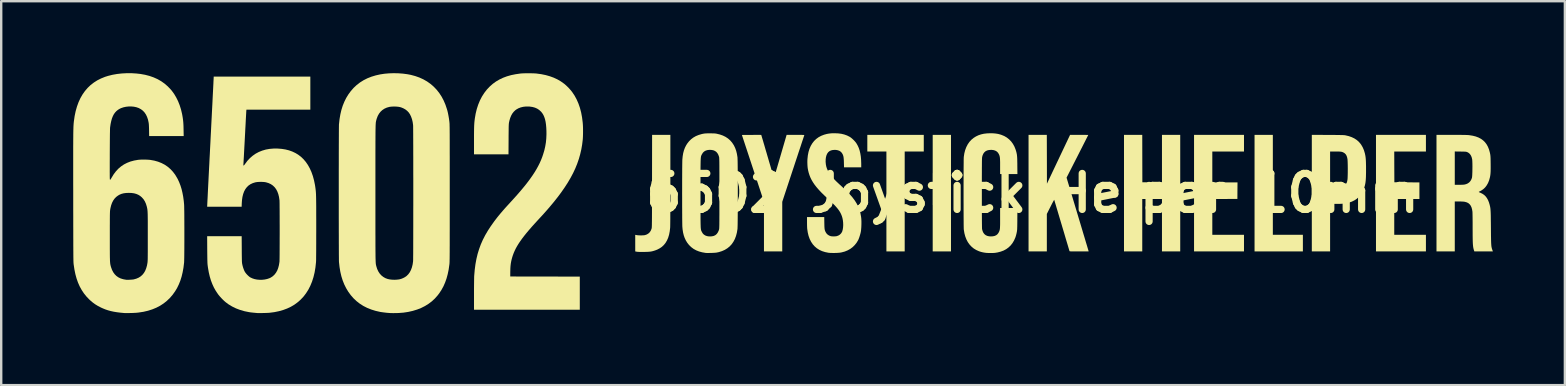
<source format=kicad_pcb>
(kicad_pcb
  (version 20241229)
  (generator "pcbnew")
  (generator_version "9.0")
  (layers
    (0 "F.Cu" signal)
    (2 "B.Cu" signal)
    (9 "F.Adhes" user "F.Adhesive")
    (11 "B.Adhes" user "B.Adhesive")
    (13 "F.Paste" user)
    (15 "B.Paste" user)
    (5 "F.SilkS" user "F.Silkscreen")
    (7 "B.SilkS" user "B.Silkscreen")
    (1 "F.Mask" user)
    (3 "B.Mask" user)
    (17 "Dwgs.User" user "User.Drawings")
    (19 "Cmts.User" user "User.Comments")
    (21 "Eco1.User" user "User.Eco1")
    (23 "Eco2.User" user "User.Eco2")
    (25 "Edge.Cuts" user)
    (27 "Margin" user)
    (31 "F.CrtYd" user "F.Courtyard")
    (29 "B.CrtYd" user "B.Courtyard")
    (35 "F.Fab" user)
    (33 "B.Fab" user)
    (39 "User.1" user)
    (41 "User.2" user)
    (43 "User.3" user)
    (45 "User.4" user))
  (footprint "6502 Joystick Helper 10mm"
    (layer "F.Cu")
    (at 39.973 4.998)
    (property "Reference" "6502 Joystick Helper 10mm" (at 0 0 0) (layer "F.SilkS") (effects (font (size 1.5 1.5) (thickness 0.3))))
    (attr board_only exclude_from_pos_files exclude_from_bom)
    (fp_poly (pts (xy -3.397 0) (xy -3.397 2.428) (xy -3.778 2.428) (xy -4.159 2.428) (xy -4.159 0) (xy -4.159 -2.428) (xy -3.778 -2.428) (xy -3.397 -2.428)) (stroke (width 0) (type solid)) (fill yes) (layer "F.SilkS"))
    (fp_poly (pts (xy 10.014 -0.347) (xy 10.014 1.735) (xy 10.64 1.735) (xy 11.266 1.735) (xy 11.266 2.081) (xy 11.266 2.428) (xy 10.259 2.428) (xy 9.252 2.428) (xy 9.252 0) (xy 9.252 -2.428) (xy 9.633 -2.428) (xy 10.014 -2.428)) (stroke (width 0) (type solid)) (fill yes) (layer "F.SilkS"))
    (fp_poly (pts (xy -4.531 -2.081) (xy -4.531 -1.735) (xy -4.929 -1.735) (xy -5.326 -1.735) (xy -5.326 0.347) (xy -5.326 2.428) (xy -5.707 2.428) (xy -6.088 2.428) (xy -6.088 0.347) (xy -6.088 -1.735) (xy -6.485 -1.735) (xy -6.883 -1.735) (xy -6.883 -2.081) (xy -6.883 -2.428) (xy -5.707 -2.428) (xy -4.531 -2.428)) (stroke (width 0) (type solid)) (fill yes) (layer "F.SilkS"))
    (fp_poly (pts (xy 4.575 -1.44) (xy 4.577 -0.453) (xy 4.986 -0.45) (xy 5.394 -0.448) (xy 5.394 -1.438) (xy 5.394 -2.428) (xy 5.775 -2.428) (xy 6.155 -2.428) (xy 6.155 0) (xy 6.155 2.428) (xy 5.775 2.428) (xy 5.394 2.428) (xy 5.394 1.337) (xy 5.394 0.245) (xy 4.984 0.245) (xy 4.573 0.245) (xy 4.573 1.337) (xy 4.573 2.428) (xy 4.192 2.428) (xy 3.812 2.428) (xy 3.812 0) (xy 3.812 -2.428) (xy 4.192 -2.428) (xy 4.573 -2.428)) (stroke (width 0) (type solid)) (fill yes) (layer "F.SilkS"))
    (fp_poly (pts (xy 8.812 -2.081) (xy 8.812 -1.735) (xy 8.152 -1.735) (xy 7.492 -1.735) (xy 7.492 -1.091) (xy 7.492 -0.448) (xy 8.017 -0.448) (xy 8.542 -0.448) (xy 8.539 -0.104) (xy 8.537 0.241) (xy 8.015 0.243) (xy 7.492 0.245) (xy 7.492 0.99) (xy 7.492 1.735) (xy 8.152 1.735) (xy 8.812 1.735) (xy 8.812 2.081) (xy 8.812 2.428) (xy 7.771 2.428) (xy 6.731 2.428) (xy 6.731 0) (xy 6.731 -2.428) (xy 7.771 -2.428) (xy 8.812 -2.428)) (stroke (width 0) (type solid)) (fill yes) (layer "F.SilkS"))
    (fp_poly (pts (xy 16.393 -2.081) (xy 16.393 -1.735) (xy 15.733 -1.735) (xy 15.073 -1.735) (xy 15.075 -1.094) (xy 15.078 -0.453) (xy 15.6 -0.45) (xy 16.122 -0.448) (xy 16.122 -0.101) (xy 16.122 0.245) (xy 15.598 0.245) (xy 15.073 0.245) (xy 15.073 0.99) (xy 15.073 1.735) (xy 15.733 1.735) (xy 16.393 1.735) (xy 16.393 2.081) (xy 16.393 2.428) (xy 15.353 2.428) (xy 14.312 2.428) (xy 14.312 0) (xy 14.312 -2.428) (xy 15.353 -2.428) (xy 16.393 -2.428)) (stroke (width 0) (type solid)) (fill yes) (layer "F.SilkS"))
    (fp_poly (pts (xy -9.785 -2.428) (xy -9.711 -2.428) (xy -9.651 -2.428) (xy -9.603 -2.427) (xy -9.567 -2.426) (xy -9.541 -2.425) (xy -9.523 -2.423) (xy -9.513 -2.421) (xy -9.509 -2.418) (xy -9.509 -2.416) (xy -9.512 -2.407) (xy -9.52 -2.382) (xy -9.533 -2.344) (xy -9.55 -2.291) (xy -9.572 -2.226) (xy -9.598 -2.149) (xy -9.627 -2.061) (xy -9.659 -1.962) (xy -9.695 -1.854) (xy -9.734 -1.738) (xy -9.775 -1.614) (xy -9.818 -1.482) (xy -9.864 -1.345) (xy -9.911 -1.202) (xy -9.959 -1.055) (xy -9.971 -1.021) (xy -10.428 0.362) (xy -10.428 1.395) (xy -10.428 2.428) (xy -10.809 2.428) (xy -11.19 2.428) (xy -11.19 1.394) (xy -11.19 0.359) (xy -11.65 -1.033) (xy -12.109 -2.424) (xy -11.707 -2.426) (xy -11.627 -2.427) (xy -11.551 -2.427) (xy -11.483 -2.427) (xy -11.423 -2.427) (xy -11.373 -2.427) (xy -11.336 -2.427) (xy -11.311 -2.426) (xy -11.303 -2.426) (xy -11.303 -2.426) (xy -11.3 -2.417) (xy -11.293 -2.394) (xy -11.282 -2.356) (xy -11.267 -2.305) (xy -11.248 -2.242) (xy -11.226 -2.169) (xy -11.202 -2.085) (xy -11.174 -1.992) (xy -11.145 -1.891) (xy -11.114 -1.784) (xy -11.08 -1.67) (xy -11.046 -1.552) (xy -11.041 -1.535) (xy -11.006 -1.416) (xy -10.973 -1.302) (xy -10.941 -1.194) (xy -10.911 -1.092) (xy -10.884 -0.998) (xy -10.859 -0.912) (xy -10.836 -0.837) (xy -10.817 -0.772) (xy -10.802 -0.72) (xy -10.79 -0.68) (xy -10.782 -0.654) (xy -10.778 -0.644) (xy -10.778 -0.643) (xy -10.771 -0.645) (xy -10.768 -0.65) (xy -10.764 -0.659) (xy -10.757 -0.684) (xy -10.745 -0.723) (xy -10.73 -0.774) (xy -10.711 -0.838) (xy -10.689 -0.913) (xy -10.664 -0.998) (xy -10.636 -1.091) (xy -10.607 -1.192) (xy -10.575 -1.3) (xy -10.542 -1.414) (xy -10.507 -1.532) (xy -10.504 -1.544) (xy -10.246 -2.428) (xy -9.875 -2.428)) (stroke (width 0) (type solid)) (fill yes) (layer "F.SilkS"))
    (fp_poly (pts (xy -15.09 -0.547) (xy -15.09 -0.311) (xy -15.09 -0.089) (xy -15.091 0.119) (xy -15.091 0.313) (xy -15.091 0.493) (xy -15.092 0.658) (xy -15.092 0.808) (xy -15.093 0.942) (xy -15.093 1.062) (xy -15.094 1.166) (xy -15.095 1.254) (xy -15.096 1.326) (xy -15.097 1.382) (xy -15.098 1.421) (xy -15.099 1.443) (xy -15.099 1.443) (xy -15.117 1.595) (xy -15.144 1.733) (xy -15.182 1.859) (xy -15.231 1.971) (xy -15.29 2.071) (xy -15.36 2.159) (xy -15.441 2.235) (xy -15.534 2.299) (xy -15.638 2.353) (xy -15.726 2.387) (xy -15.781 2.404) (xy -15.83 2.418) (xy -15.878 2.429) (xy -15.929 2.437) (xy -15.984 2.442) (xy -16.047 2.446) (xy -16.122 2.448) (xy -16.182 2.45) (xy -16.244 2.45) (xy -16.305 2.45) (xy -16.36 2.449) (xy -16.406 2.448) (xy -16.441 2.446) (xy -16.457 2.445) (xy -16.489 2.44) (xy -16.518 2.436) (xy -16.535 2.432) (xy -16.554 2.428) (xy -16.554 2.083) (xy -16.554 1.737) (xy -16.497 1.748) (xy -16.457 1.754) (xy -16.406 1.758) (xy -16.35 1.76) (xy -16.292 1.76) (xy -16.237 1.758) (xy -16.189 1.755) (xy -16.152 1.749) (xy -16.146 1.748) (xy -16.068 1.72) (xy -16.003 1.68) (xy -15.949 1.629) (xy -15.907 1.565) (xy -15.876 1.489) (xy -15.871 1.471) (xy -15.87 1.465) (xy -15.868 1.456) (xy -15.867 1.446) (xy -15.865 1.433) (xy -15.864 1.417) (xy -15.863 1.396) (xy -15.862 1.371) (xy -15.861 1.34) (xy -15.86 1.303) (xy -15.86 1.26) (xy -15.859 1.209) (xy -15.858 1.15) (xy -15.858 1.082) (xy -15.857 1.005) (xy -15.857 0.918) (xy -15.856 0.82) (xy -15.856 0.71) (xy -15.856 0.589) (xy -15.855 0.455) (xy -15.855 0.307) (xy -15.855 0.146) (xy -15.855 -0.03) (xy -15.854 -0.222) (xy -15.854 -0.43) (xy -15.854 -0.506) (xy -15.851 -2.428) (xy -15.471 -2.428) (xy -15.09 -2.428)) (stroke (width 0) (type solid)) (fill yes) (layer "F.SilkS"))
    (fp_poly (pts (xy 0.599 -1.411) (xy 0.601 -0.393) (xy 1.083 -1.411) (xy 1.565 -2.428) (xy 1.944 -2.428) (xy 2.022 -2.428) (xy 2.095 -2.428) (xy 2.161 -2.428) (xy 2.217 -2.427) (xy 2.264 -2.426) (xy 2.298 -2.426) (xy 2.318 -2.425) (xy 2.323 -2.424) (xy 2.319 -2.416) (xy 2.308 -2.394) (xy 2.29 -2.359) (xy 2.266 -2.311) (xy 2.236 -2.252) (xy 2.201 -2.183) (xy 2.161 -2.104) (xy 2.117 -2.017) (xy 2.069 -1.922) (xy 2.017 -1.821) (xy 1.963 -1.714) (xy 1.906 -1.602) (xy 1.871 -1.533) (xy 1.419 -0.646) (xy 1.879 0.888) (xy 1.926 1.045) (xy 1.972 1.197) (xy 2.016 1.344) (xy 2.058 1.485) (xy 2.098 1.619) (xy 2.136 1.746) (xy 2.172 1.864) (xy 2.204 1.973) (xy 2.234 2.073) (xy 2.261 2.162) (xy 2.284 2.239) (xy 2.303 2.304) (xy 2.319 2.356) (xy 2.33 2.394) (xy 2.337 2.417) (xy 2.339 2.425) (xy 2.331 2.426) (xy 2.308 2.427) (xy 2.271 2.427) (xy 2.222 2.427) (xy 2.162 2.428) (xy 2.094 2.428) (xy 2.019 2.428) (xy 1.942 2.428) (xy 1.85 2.428) (xy 1.773 2.428) (xy 1.71 2.428) (xy 1.66 2.427) (xy 1.621 2.427) (xy 1.591 2.426) (xy 1.57 2.424) (xy 1.556 2.422) (xy 1.547 2.42) (xy 1.543 2.417) (xy 1.541 2.414) (xy 1.541 2.414) (xy 1.538 2.404) (xy 1.53 2.379) (xy 1.519 2.339) (xy 1.503 2.287) (xy 1.484 2.222) (xy 1.461 2.145) (xy 1.435 2.059) (xy 1.406 1.963) (xy 1.375 1.858) (xy 1.342 1.746) (xy 1.307 1.627) (xy 1.27 1.503) (xy 1.231 1.374) (xy 1.223 1.345) (xy 1.184 1.216) (xy 1.147 1.091) (xy 1.111 0.971) (xy 1.077 0.857) (xy 1.046 0.751) (xy 1.016 0.653) (xy 0.99 0.564) (xy 0.967 0.486) (xy 0.946 0.418) (xy 0.93 0.363) (xy 0.917 0.321) (xy 0.909 0.293) (xy 0.905 0.28) (xy 0.904 0.279) (xy 0.9 0.283) (xy 0.888 0.302) (xy 0.87 0.333) (xy 0.847 0.376) (xy 0.818 0.43) (xy 0.785 0.494) (xy 0.749 0.567) (xy 0.748 0.567) (xy 0.597 0.867) (xy 0.597 1.648) (xy 0.597 2.428) (xy 0.216 2.428) (xy -0.165 2.428) (xy -0.165 0) (xy -0.165 -2.428) (xy 0.216 -2.428) (xy 0.596 -2.428)) (stroke (width 0) (type solid)) (fill yes) (layer "F.SilkS"))
    (fp_poly (pts (xy 12.304 -2.426) (xy 12.429 -2.425) (xy 12.538 -2.425) (xy 12.632 -2.424) (xy 12.713 -2.423) (xy 12.782 -2.422) (xy 12.84 -2.421) (xy 12.888 -2.42) (xy 12.928 -2.419) (xy 12.96 -2.417) (xy 12.986 -2.416) (xy 13.008 -2.414) (xy 13.026 -2.411) (xy 13.041 -2.409) (xy 13.043 -2.408) (xy 13.178 -2.376) (xy 13.3 -2.333) (xy 13.409 -2.281) (xy 13.506 -2.218) (xy 13.591 -2.145) (xy 13.665 -2.06) (xy 13.698 -2.014) (xy 13.76 -1.906) (xy 13.81 -1.789) (xy 13.848 -1.662) (xy 13.867 -1.574) (xy 13.875 -1.526) (xy 13.881 -1.477) (xy 13.886 -1.423) (xy 13.89 -1.363) (xy 13.893 -1.295) (xy 13.895 -1.217) (xy 13.897 -1.127) (xy 13.897 -1.023) (xy 13.897 -0.981) (xy 13.897 -0.865) (xy 13.895 -0.764) (xy 13.893 -0.675) (xy 13.889 -0.598) (xy 13.884 -0.529) (xy 13.877 -0.468) (xy 13.869 -0.411) (xy 13.858 -0.358) (xy 13.846 -0.306) (xy 13.841 -0.288) (xy 13.798 -0.158) (xy 13.744 -0.042) (xy 13.678 0.063) (xy 13.601 0.155) (xy 13.513 0.234) (xy 13.413 0.301) (xy 13.302 0.355) (xy 13.18 0.396) (xy 13.139 0.407) (xy 13.084 0.419) (xy 13.03 0.429) (xy 12.974 0.436) (xy 12.914 0.441) (xy 12.846 0.445) (xy 12.767 0.447) (xy 12.676 0.448) (xy 12.643 0.448) (xy 12.4 0.448) (xy 12.4 1.438) (xy 12.4 2.428) (xy 12.019 2.428) (xy 11.638 2.428) (xy 11.638 -0.000426) (xy 11.638 -0.99) (xy 12.4 -0.99) (xy 12.4 -0.245) (xy 12.616 -0.245) (xy 12.689 -0.246) (xy 12.747 -0.246) (xy 12.793 -0.248) (xy 12.828 -0.25) (xy 12.856 -0.253) (xy 12.878 -0.257) (xy 12.885 -0.259) (xy 12.93 -0.272) (xy 12.965 -0.288) (xy 12.997 -0.309) (xy 13.026 -0.335) (xy 13.062 -0.377) (xy 13.09 -0.428) (xy 13.111 -0.492) (xy 13.123 -0.555) (xy 13.127 -0.59) (xy 13.13 -0.639) (xy 13.132 -0.7) (xy 13.134 -0.77) (xy 13.136 -0.848) (xy 13.136 -0.929) (xy 13.137 -1.013) (xy 13.136 -1.095) (xy 13.135 -1.175) (xy 13.133 -1.249) (xy 13.131 -1.314) (xy 13.128 -1.369) (xy 13.125 -1.411) (xy 13.123 -1.425) (xy 13.106 -1.504) (xy 13.081 -1.569) (xy 13.048 -1.622) (xy 13.004 -1.664) (xy 12.962 -1.69) (xy 12.936 -1.703) (xy 12.911 -1.713) (xy 12.885 -1.721) (xy 12.855 -1.726) (xy 12.819 -1.73) (xy 12.775 -1.733) (xy 12.72 -1.734) (xy 12.651 -1.734) (xy 12.618 -1.734) (xy 12.4 -1.735) (xy 12.4 -0.99) (xy 11.638 -0.99) (xy 11.638 -2.429)) (stroke (width 0) (type solid)) (fill yes) (layer "F.SilkS"))
    (fp_poly (pts (xy 17.587 -2.428) (xy 17.697 -2.428) (xy 17.792 -2.428) (xy 17.874 -2.427) (xy 17.945 -2.426) (xy 18.005 -2.425) (xy 18.055 -2.424) (xy 18.098 -2.423) (xy 18.134 -2.421) (xy 18.164 -2.419) (xy 18.19 -2.417) (xy 18.2 -2.415) (xy 18.341 -2.393) (xy 18.468 -2.361) (xy 18.583 -2.318) (xy 18.685 -2.264) (xy 18.776 -2.198) (xy 18.854 -2.122) (xy 18.921 -2.033) (xy 18.977 -1.931) (xy 19.022 -1.818) (xy 19.057 -1.691) (xy 19.068 -1.639) (xy 19.073 -1.612) (xy 19.077 -1.585) (xy 19.08 -1.556) (xy 19.083 -1.524) (xy 19.085 -1.485) (xy 19.087 -1.437) (xy 19.088 -1.379) (xy 19.089 -1.309) (xy 19.09 -1.233) (xy 19.091 -1.126) (xy 19.091 -1.034) (xy 19.09 -0.954) (xy 19.088 -0.886) (xy 19.084 -0.826) (xy 19.079 -0.772) (xy 19.072 -0.724) (xy 19.064 -0.678) (xy 19.058 -0.652) (xy 19.025 -0.531) (xy 18.981 -0.422) (xy 18.926 -0.325) (xy 18.862 -0.241) (xy 18.818 -0.197) (xy 18.783 -0.167) (xy 18.74 -0.136) (xy 18.695 -0.106) (xy 18.653 -0.083) (xy 18.628 -0.071) (xy 18.607 -0.061) (xy 18.596 -0.052) (xy 18.595 -0.049) (xy 18.604 -0.042) (xy 18.624 -0.032) (xy 18.652 -0.019) (xy 18.659 -0.017) (xy 18.743 0.024) (xy 18.816 0.073) (xy 18.879 0.133) (xy 18.933 0.204) (xy 18.98 0.288) (xy 19.019 0.386) (xy 19.046 0.477) (xy 19.054 0.508) (xy 19.061 0.538) (xy 19.068 0.567) (xy 19.073 0.597) (xy 19.078 0.629) (xy 19.082 0.665) (xy 19.085 0.705) (xy 19.088 0.751) (xy 19.091 0.804) (xy 19.093 0.866) (xy 19.095 0.937) (xy 19.096 1.019) (xy 19.097 1.114) (xy 19.099 1.222) (xy 19.1 1.344) (xy 19.101 1.438) (xy 19.102 1.571) (xy 19.103 1.688) (xy 19.104 1.791) (xy 19.106 1.88) (xy 19.107 1.957) (xy 19.109 2.023) (xy 19.111 2.08) (xy 19.114 2.129) (xy 19.117 2.17) (xy 19.12 2.205) (xy 19.125 2.235) (xy 19.13 2.262) (xy 19.135 2.286) (xy 19.142 2.31) (xy 19.149 2.333) (xy 19.158 2.358) (xy 19.158 2.359) (xy 19.183 2.428) (xy 18.797 2.428) (xy 18.41 2.428) (xy 18.392 2.371) (xy 18.383 2.341) (xy 18.375 2.31) (xy 18.368 2.279) (xy 18.362 2.245) (xy 18.357 2.207) (xy 18.353 2.164) (xy 18.349 2.114) (xy 18.346 2.058) (xy 18.344 1.992) (xy 18.342 1.917) (xy 18.341 1.83) (xy 18.34 1.731) (xy 18.34 1.618) (xy 18.339 1.49) (xy 18.339 1.409) (xy 18.339 1.31) (xy 18.339 1.214) (xy 18.338 1.123) (xy 18.337 1.039) (xy 18.336 0.963) (xy 18.335 0.898) (xy 18.334 0.843) (xy 18.333 0.802) (xy 18.331 0.775) (xy 18.331 0.77) (xy 18.315 0.673) (xy 18.291 0.59) (xy 18.258 0.52) (xy 18.215 0.464) (xy 18.163 0.419) (xy 18.1 0.386) (xy 18.025 0.364) (xy 18.002 0.359) (xy 17.965 0.354) (xy 17.915 0.351) (xy 17.852 0.348) (xy 17.781 0.347) (xy 17.766 0.347) (xy 17.595 0.347) (xy 17.595 1.388) (xy 17.595 2.428) (xy 17.214 2.428) (xy 16.833 2.428) (xy 16.833 0) (xy 16.833 -1.041) (xy 17.595 -1.041) (xy 17.595 -0.347) (xy 17.762 -0.347) (xy 17.818 -0.348) (xy 17.872 -0.349) (xy 17.921 -0.351) (xy 17.96 -0.353) (xy 17.986 -0.355) (xy 18.068 -0.375) (xy 18.14 -0.407) (xy 18.201 -0.452) (xy 18.251 -0.51) (xy 18.29 -0.581) (xy 18.31 -0.639) (xy 18.315 -0.664) (xy 18.319 -0.703) (xy 18.323 -0.755) (xy 18.325 -0.816) (xy 18.328 -0.884) (xy 18.329 -0.957) (xy 18.33 -1.033) (xy 18.331 -1.109) (xy 18.33 -1.182) (xy 18.329 -1.25) (xy 18.327 -1.311) (xy 18.324 -1.363) (xy 18.321 -1.402) (xy 18.318 -1.416) (xy 18.297 -1.501) (xy 18.265 -1.573) (xy 18.223 -1.633) (xy 18.171 -1.679) (xy 18.113 -1.711) (xy 18.097 -1.716) (xy 18.082 -1.721) (xy 18.065 -1.724) (xy 18.043 -1.727) (xy 18.015 -1.729) (xy 17.977 -1.73) (xy 17.929 -1.731) (xy 17.867 -1.732) (xy 17.829 -1.733) (xy 17.595 -1.736) (xy 17.595 -1.041) (xy 16.833 -1.041) (xy 16.833 -2.428) (xy 17.461 -2.428)) (stroke (width 0) (type solid)) (fill yes) (layer "F.SilkS"))
    (fp_poly (pts (xy -8.1 -2.49) (xy -7.965 -2.473) (xy -7.841 -2.443) (xy -7.727 -2.402) (xy -7.622 -2.349) (xy -7.604 -2.338) (xy -7.56 -2.308) (xy -7.512 -2.267) (xy -7.461 -2.22) (xy -7.414 -2.171) (xy -7.372 -2.123) (xy -7.341 -2.081) (xy -7.286 -1.986) (xy -7.24 -1.885) (xy -7.203 -1.775) (xy -7.175 -1.655) (xy -7.154 -1.525) (xy -7.142 -1.382) (xy -7.137 -1.226) (xy -7.137 -1.204) (xy -7.137 -1.075) (xy -7.495 -1.075) (xy -7.854 -1.075) (xy -7.859 -1.267) (xy -7.861 -1.347) (xy -7.865 -1.413) (xy -7.87 -1.467) (xy -7.876 -1.512) (xy -7.885 -1.55) (xy -7.896 -1.584) (xy -7.905 -1.608) (xy -7.941 -1.672) (xy -7.987 -1.723) (xy -8.044 -1.762) (xy -8.112 -1.787) (xy -8.191 -1.801) (xy -8.242 -1.803) (xy -8.326 -1.797) (xy -8.399 -1.779) (xy -8.461 -1.749) (xy -8.512 -1.706) (xy -8.553 -1.65) (xy -8.585 -1.58) (xy -8.607 -1.497) (xy -8.618 -1.416) (xy -8.621 -1.309) (xy -8.611 -1.199) (xy -8.593 -1.108) (xy -8.567 -1.026) (xy -8.532 -0.945) (xy -8.487 -0.862) (xy -8.43 -0.777) (xy -8.362 -0.689) (xy -8.281 -0.597) (xy -8.187 -0.5) (xy -8.078 -0.397) (xy -8.038 -0.36) (xy -7.951 -0.281) (xy -7.866 -0.201) (xy -7.784 -0.122) (xy -7.708 -0.047) (xy -7.639 0.024) (xy -7.579 0.088) (xy -7.529 0.144) (xy -7.501 0.178) (xy -7.406 0.306) (xy -7.326 0.434) (xy -7.261 0.563) (xy -7.209 0.696) (xy -7.171 0.835) (xy -7.144 0.982) (xy -7.136 1.048) (xy -7.132 1.109) (xy -7.129 1.181) (xy -7.129 1.26) (xy -7.131 1.342) (xy -7.134 1.422) (xy -7.14 1.497) (xy -7.146 1.563) (xy -7.153 1.606) (xy -7.165 1.662) (xy -7.182 1.724) (xy -7.201 1.788) (xy -7.221 1.849) (xy -7.241 1.903) (xy -7.259 1.945) (xy -7.26 1.948) (xy -7.326 2.06) (xy -7.404 2.16) (xy -7.492 2.247) (xy -7.592 2.322) (xy -7.703 2.384) (xy -7.823 2.433) (xy -7.954 2.468) (xy -7.991 2.475) (xy -8.04 2.482) (xy -8.101 2.487) (xy -8.17 2.491) (xy -8.244 2.493) (xy -8.319 2.493) (xy -8.389 2.492) (xy -8.451 2.489) (xy -8.502 2.484) (xy -8.508 2.483) (xy -8.644 2.455) (xy -8.77 2.415) (xy -8.884 2.362) (xy -8.987 2.296) (xy -9.078 2.218) (xy -9.159 2.127) (xy -9.227 2.024) (xy -9.285 1.909) (xy -9.331 1.781) (xy -9.365 1.64) (xy -9.387 1.493) (xy -9.39 1.463) (xy -9.392 1.419) (xy -9.394 1.365) (xy -9.395 1.305) (xy -9.396 1.242) (xy -9.396 1.208) (xy -9.396 0.998) (xy -9.037 0.998) (xy -8.678 0.998) (xy -8.675 1.237) (xy -8.673 1.315) (xy -8.672 1.378) (xy -8.669 1.43) (xy -8.666 1.471) (xy -8.661 1.506) (xy -8.655 1.536) (xy -8.646 1.564) (xy -8.635 1.592) (xy -8.62 1.622) (xy -8.62 1.623) (xy -8.584 1.68) (xy -8.535 1.729) (xy -8.475 1.767) (xy -8.409 1.792) (xy -8.401 1.794) (xy -8.364 1.799) (xy -8.317 1.802) (xy -8.266 1.802) (xy -8.217 1.8) (xy -8.176 1.795) (xy -8.164 1.793) (xy -8.092 1.768) (xy -8.03 1.73) (xy -7.98 1.681) (xy -7.941 1.622) (xy -7.927 1.589) (xy -7.906 1.511) (xy -7.893 1.422) (xy -7.888 1.326) (xy -7.891 1.227) (xy -7.902 1.128) (xy -7.921 1.033) (xy -7.943 0.96) (xy -7.965 0.902) (xy -7.991 0.845) (xy -8.021 0.789) (xy -8.056 0.733) (xy -8.098 0.675) (xy -8.146 0.615) (xy -8.203 0.55) (xy -8.269 0.48) (xy -8.346 0.404) (xy -8.434 0.32) (xy -8.533 0.227) (xy -8.555 0.207) (xy -8.686 0.084) (xy -8.803 -0.031) (xy -8.906 -0.141) (xy -8.997 -0.246) (xy -9.077 -0.348) (xy -9.145 -0.448) (xy -9.204 -0.547) (xy -9.253 -0.646) (xy -9.293 -0.747) (xy -9.326 -0.85) (xy -9.352 -0.957) (xy -9.366 -1.035) (xy -9.372 -1.085) (xy -9.377 -1.147) (xy -9.38 -1.217) (xy -9.382 -1.289) (xy -9.381 -1.359) (xy -9.378 -1.417) (xy -9.362 -1.571) (xy -9.334 -1.715) (xy -9.294 -1.846) (xy -9.241 -1.967) (xy -9.177 -2.075) (xy -9.102 -2.172) (xy -9.015 -2.256) (xy -8.916 -2.329) (xy -8.806 -2.388) (xy -8.686 -2.435) (xy -8.571 -2.466) (xy -8.501 -2.479) (xy -8.432 -2.488) (xy -8.358 -2.494) (xy -8.275 -2.496) (xy -8.247 -2.496)) (stroke (width 0) (type solid)) (fill yes) (layer "F.SilkS"))
    (fp_poly (pts (xy -1.635 -2.493) (xy -1.53 -2.483) (xy -1.432 -2.467) (xy -1.338 -2.442) (xy -1.29 -2.426) (xy -1.175 -2.378) (xy -1.069 -2.316) (xy -0.974 -2.24) (xy -0.889 -2.153) (xy -0.816 -2.053) (xy -0.754 -1.941) (xy -0.705 -1.818) (xy -0.682 -1.743) (xy -0.671 -1.703) (xy -0.663 -1.666) (xy -0.655 -1.63) (xy -0.649 -1.592) (xy -0.645 -1.552) (xy -0.641 -1.507) (xy -0.638 -1.454) (xy -0.636 -1.393) (xy -0.635 -1.319) (xy -0.633 -1.233) (xy -0.633 -1.157) (xy -0.629 -0.795) (xy -0.989 -0.795) (xy -1.35 -0.795) (xy -1.35 -1.116) (xy -1.35 -1.21) (xy -1.35 -1.29) (xy -1.352 -1.356) (xy -1.354 -1.41) (xy -1.357 -1.456) (xy -1.361 -1.494) (xy -1.367 -1.526) (xy -1.374 -1.555) (xy -1.383 -1.581) (xy -1.394 -1.608) (xy -1.399 -1.618) (xy -1.435 -1.68) (xy -1.482 -1.73) (xy -1.541 -1.766) (xy -1.61 -1.791) (xy -1.691 -1.802) (xy -1.73 -1.803) (xy -1.816 -1.797) (xy -1.891 -1.779) (xy -1.954 -1.748) (xy -2.006 -1.703) (xy -2.048 -1.646) (xy -2.08 -1.575) (xy -2.098 -1.508) (xy -2.1 -1.498) (xy -2.101 -1.486) (xy -2.103 -1.47) (xy -2.104 -1.45) (xy -2.105 -1.424) (xy -2.106 -1.393) (xy -2.107 -1.355) (xy -2.108 -1.309) (xy -2.108 -1.256) (xy -2.109 -1.194) (xy -2.109 -1.121) (xy -2.11 -1.039) (xy -2.11 -0.945) (xy -2.11 -0.84) (xy -2.111 -0.721) (xy -2.111 -0.59) (xy -2.111 -0.444) (xy -2.111 -0.283) (xy -2.111 -0.106) (xy -2.111 0.004) (xy -2.111 0.212) (xy -2.111 0.404) (xy -2.111 0.579) (xy -2.11 0.738) (xy -2.11 0.881) (xy -2.109 1.008) (xy -2.109 1.12) (xy -2.108 1.217) (xy -2.107 1.3) (xy -2.106 1.368) (xy -2.105 1.421) (xy -2.104 1.461) (xy -2.103 1.487) (xy -2.102 1.499) (xy -2.079 1.583) (xy -2.047 1.652) (xy -2.004 1.708) (xy -1.952 1.75) (xy -1.889 1.78) (xy -1.814 1.798) (xy -1.735 1.803) (xy -1.649 1.798) (xy -1.576 1.782) (xy -1.514 1.754) (xy -1.463 1.714) (xy -1.422 1.661) (xy -1.405 1.63) (xy -1.393 1.606) (xy -1.383 1.582) (xy -1.375 1.559) (xy -1.368 1.534) (xy -1.362 1.505) (xy -1.358 1.472) (xy -1.355 1.432) (xy -1.353 1.383) (xy -1.351 1.325) (xy -1.35 1.256) (xy -1.35 1.173) (xy -1.35 1.076) (xy -1.35 1.032) (xy -1.35 0.618) (xy -0.989 0.618) (xy -0.629 0.618) (xy -0.633 1.068) (xy -0.633 1.171) (xy -0.634 1.259) (xy -0.635 1.334) (xy -0.636 1.395) (xy -0.638 1.447) (xy -0.639 1.489) (xy -0.641 1.523) (xy -0.644 1.551) (xy -0.647 1.575) (xy -0.65 1.596) (xy -0.65 1.599) (xy -0.668 1.686) (xy -0.689 1.767) (xy -0.711 1.838) (xy -0.717 1.853) (xy -0.771 1.975) (xy -0.836 2.084) (xy -0.912 2.18) (xy -0.999 2.263) (xy -1.096 2.334) (xy -1.205 2.392) (xy -1.326 2.437) (xy -1.458 2.471) (xy -1.555 2.487) (xy -1.599 2.491) (xy -1.655 2.494) (xy -1.718 2.495) (xy -1.785 2.494) (xy -1.851 2.493) (xy -1.911 2.49) (xy -1.96 2.485) (xy -1.976 2.483) (xy -2.064 2.468) (xy -2.143 2.449) (xy -2.221 2.424) (xy -2.229 2.421) (xy -2.343 2.37) (xy -2.448 2.307) (xy -2.541 2.23) (xy -2.623 2.142) (xy -2.695 2.041) (xy -2.754 1.929) (xy -2.802 1.805) (xy -2.838 1.67) (xy -2.862 1.525) (xy -2.863 1.513) (xy -2.865 1.493) (xy -2.866 1.458) (xy -2.867 1.408) (xy -2.868 1.345) (xy -2.869 1.269) (xy -2.869 1.181) (xy -2.87 1.083) (xy -2.871 0.976) (xy -2.871 0.861) (xy -2.872 0.739) (xy -2.872 0.611) (xy -2.872 0.477) (xy -2.873 0.341) (xy -2.873 0.201) (xy -2.873 0.06) (xy -2.873 -0.081) (xy -2.873 -0.222) (xy -2.873 -0.362) (xy -2.872 -0.498) (xy -2.872 -0.63) (xy -2.872 -0.758) (xy -2.871 -0.879) (xy -2.871 -0.993) (xy -2.87 -1.099) (xy -2.869 -1.195) (xy -2.868 -1.281) (xy -2.868 -1.355) (xy -2.867 -1.417) (xy -2.866 -1.465) (xy -2.864 -1.497) (xy -2.863 -1.513) (xy -2.841 -1.658) (xy -2.806 -1.793) (xy -2.759 -1.918) (xy -2.701 -2.031) (xy -2.631 -2.133) (xy -2.55 -2.222) (xy -2.458 -2.299) (xy -2.356 -2.363) (xy -2.253 -2.412) (xy -2.143 -2.449) (xy -2.027 -2.475) (xy -1.9 -2.49) (xy -1.762 -2.496) (xy -1.751 -2.496)) (stroke (width 0) (type solid)) (fill yes) (layer "F.SilkS"))
    (fp_poly (pts (xy -20.916 -4.995) (xy -20.841 -4.993) (xy -20.772 -4.991) (xy -20.714 -4.988) (xy -20.675 -4.985) (xy -20.474 -4.958) (xy -20.287 -4.92) (xy -20.111 -4.87) (xy -19.947 -4.81) (xy -19.793 -4.738) (xy -19.65 -4.654) (xy -19.515 -4.558) (xy -19.494 -4.541) (xy -19.439 -4.493) (xy -19.378 -4.435) (xy -19.316 -4.372) (xy -19.257 -4.306) (xy -19.205 -4.243) (xy -19.176 -4.205) (xy -19.078 -4.058) (xy -18.993 -3.9) (xy -18.92 -3.732) (xy -18.858 -3.553) (xy -18.808 -3.362) (xy -18.77 -3.16) (xy -18.743 -2.945) (xy -18.737 -2.873) (xy -18.733 -2.804) (xy -18.73 -2.722) (xy -18.729 -2.632) (xy -18.729 -2.539) (xy -18.73 -2.447) (xy -18.733 -2.36) (xy -18.737 -2.282) (xy -18.741 -2.229) (xy -18.766 -2.023) (xy -18.801 -1.821) (xy -18.847 -1.622) (xy -18.903 -1.425) (xy -18.971 -1.229) (xy -19.05 -1.033) (xy -19.142 -0.837) (xy -19.247 -0.639) (xy -19.364 -0.44) (xy -19.495 -0.237) (xy -19.64 -0.029) (xy -19.799 0.183) (xy -19.973 0.401) (xy -20.041 0.482) (xy -20.106 0.56) (xy -20.17 0.635) (xy -20.235 0.71) (xy -20.303 0.786) (xy -20.375 0.867) (xy -20.454 0.954) (xy -20.542 1.049) (xy -20.59 1.101) (xy -20.732 1.256) (xy -20.862 1.4) (xy -20.98 1.536) (xy -21.087 1.663) (xy -21.183 1.783) (xy -21.27 1.897) (xy -21.347 2.005) (xy -21.416 2.108) (xy -21.477 2.208) (xy -21.531 2.305) (xy -21.577 2.401) (xy -21.618 2.495) (xy -21.653 2.589) (xy -21.683 2.684) (xy -21.702 2.754) (xy -21.723 2.845) (xy -21.739 2.936) (xy -21.75 3.029) (xy -21.757 3.131) (xy -21.76 3.244) (xy -21.761 3.274) (xy -21.762 3.473) (xy -20.313 3.475) (xy -18.864 3.478) (xy -18.864 4.167) (xy -18.864 4.857) (xy -21.068 4.857) (xy -23.272 4.857) (xy -23.272 4.207) (xy -23.272 4.1) (xy -23.272 3.996) (xy -23.271 3.895) (xy -23.27 3.799) (xy -23.269 3.711) (xy -23.268 3.632) (xy -23.267 3.563) (xy -23.266 3.506) (xy -23.265 3.462) (xy -23.263 3.435) (xy -23.242 3.192) (xy -23.212 2.962) (xy -23.172 2.744) (xy -23.122 2.534) (xy -23.06 2.332) (xy -22.988 2.135) (xy -22.903 1.943) (xy -22.805 1.752) (xy -22.693 1.561) (xy -22.567 1.368) (xy -22.43 1.176) (xy -22.363 1.088) (xy -22.296 1.001) (xy -22.226 0.915) (xy -22.152 0.826) (xy -22.073 0.734) (xy -21.987 0.636) (xy -21.892 0.531) (xy -21.786 0.416) (xy -21.762 0.389) (xy -21.594 0.205) (xy -21.439 0.031) (xy -21.296 -0.136) (xy -21.165 -0.294) (xy -21.046 -0.445) (xy -20.937 -0.591) (xy -20.838 -0.731) (xy -20.749 -0.867) (xy -20.669 -0.999) (xy -20.598 -1.128) (xy -20.534 -1.255) (xy -20.478 -1.381) (xy -20.429 -1.507) (xy -20.393 -1.612) (xy -20.342 -1.782) (xy -20.304 -1.948) (xy -20.276 -2.113) (xy -20.26 -2.282) (xy -20.253 -2.458) (xy -20.254 -2.589) (xy -20.261 -2.734) (xy -20.273 -2.864) (xy -20.29 -2.979) (xy -20.314 -3.083) (xy -20.344 -3.174) (xy -20.38 -3.255) (xy -20.424 -3.327) (xy -20.474 -3.391) (xy -20.484 -3.4) (xy -20.558 -3.468) (xy -20.641 -3.522) (xy -20.734 -3.563) (xy -20.837 -3.591) (xy -20.951 -3.607) (xy -20.988 -3.61) (xy -21.109 -3.61) (xy -21.224 -3.597) (xy -21.33 -3.571) (xy -21.427 -3.533) (xy -21.513 -3.483) (xy -21.55 -3.455) (xy -21.617 -3.391) (xy -21.675 -3.317) (xy -21.723 -3.232) (xy -21.763 -3.135) (xy -21.796 -3.023) (xy -21.81 -2.959) (xy -21.814 -2.942) (xy -21.816 -2.925) (xy -21.819 -2.906) (xy -21.821 -2.885) (xy -21.823 -2.86) (xy -21.824 -2.83) (xy -21.826 -2.794) (xy -21.827 -2.749) (xy -21.828 -2.695) (xy -21.828 -2.631) (xy -21.829 -2.556) (xy -21.83 -2.467) (xy -21.831 -2.364) (xy -21.831 -2.245) (xy -21.831 -2.244) (xy -21.835 -1.616) (xy -22.553 -1.616) (xy -23.272 -1.616) (xy -23.272 -2.19) (xy -23.272 -2.317) (xy -23.272 -2.429) (xy -23.271 -2.527) (xy -23.27 -2.614) (xy -23.269 -2.689) (xy -23.267 -2.756) (xy -23.265 -2.815) (xy -23.262 -2.869) (xy -23.259 -2.919) (xy -23.255 -2.966) (xy -23.25 -3.013) (xy -23.244 -3.06) (xy -23.238 -3.109) (xy -23.203 -3.313) (xy -23.156 -3.507) (xy -23.096 -3.691) (xy -23.025 -3.863) (xy -22.941 -4.025) (xy -22.845 -4.175) (xy -22.738 -4.314) (xy -22.619 -4.44) (xy -22.489 -4.555) (xy -22.358 -4.65) (xy -22.217 -4.733) (xy -22.065 -4.806) (xy -21.902 -4.867) (xy -21.727 -4.917) (xy -21.54 -4.955) (xy -21.34 -4.984) (xy -21.326 -4.985) (xy -21.28 -4.989) (xy -21.221 -4.992) (xy -21.151 -4.994) (xy -21.075 -4.995) (xy -20.995 -4.995)) (stroke (width 0) (type solid)) (fill yes) (layer "F.SilkS"))
    (fp_poly (pts (xy -13.366 -2.491) (xy -13.307 -2.49) (xy -13.258 -2.488) (xy -13.218 -2.485) (xy -13.184 -2.48) (xy -13.165 -2.477) (xy -13.028 -2.444) (xy -12.903 -2.4) (xy -12.79 -2.345) (xy -12.688 -2.277) (xy -12.598 -2.198) (xy -12.518 -2.106) (xy -12.449 -2.001) (xy -12.439 -1.984) (xy -12.389 -1.879) (xy -12.348 -1.764) (xy -12.317 -1.638) (xy -12.294 -1.499) (xy -12.294 -1.498) (xy -12.292 -1.474) (xy -12.291 -1.434) (xy -12.289 -1.379) (xy -12.287 -1.311) (xy -12.286 -1.231) (xy -12.285 -1.139) (xy -12.284 -1.037) (xy -12.283 -0.926) (xy -12.282 -0.807) (xy -12.281 -0.682) (xy -12.281 -0.551) (xy -12.28 -0.415) (xy -12.28 -0.276) (xy -12.28 -0.135) (xy -12.28 0.007) (xy -12.28 0.149) (xy -12.28 0.29) (xy -12.28 0.429) (xy -12.281 0.564) (xy -12.281 0.694) (xy -12.282 0.819) (xy -12.283 0.937) (xy -12.284 1.047) (xy -12.285 1.148) (xy -12.286 1.239) (xy -12.287 1.318) (xy -12.289 1.385) (xy -12.291 1.438) (xy -12.292 1.477) (xy -12.294 1.498) (xy -12.319 1.649) (xy -12.356 1.787) (xy -12.404 1.914) (xy -12.465 2.028) (xy -12.536 2.13) (xy -12.62 2.22) (xy -12.715 2.297) (xy -12.822 2.363) (xy -12.941 2.416) (xy -13.071 2.457) (xy -13.161 2.476) (xy -13.191 2.48) (xy -13.235 2.484) (xy -13.288 2.487) (xy -13.347 2.49) (xy -13.409 2.492) (xy -13.47 2.493) (xy -13.525 2.494) (xy -13.573 2.493) (xy -13.609 2.492) (xy -13.618 2.491) (xy -13.762 2.466) (xy -13.895 2.43) (xy -14.016 2.382) (xy -14.126 2.321) (xy -14.224 2.247) (xy -14.312 2.161) (xy -14.388 2.064) (xy -14.446 1.969) (xy -14.494 1.867) (xy -14.532 1.758) (xy -14.561 1.64) (xy -14.581 1.509) (xy -14.591 1.396) (xy -14.592 1.367) (xy -14.593 1.323) (xy -14.594 1.265) (xy -14.595 1.193) (xy -14.596 1.109) (xy -14.597 1.014) (xy -14.597 0.91) (xy -14.598 0.796) (xy -14.598 0.676) (xy -14.599 0.55) (xy -14.599 0.418) (xy -14.599 0.283) (xy -14.599 0.146) (xy -14.6 0.007) (xy -14.599 -0.132) (xy -14.599 -0.269) (xy -14.599 -0.404) (xy -14.599 -0.455) (xy -13.834 -0.455) (xy -13.834 -0.294) (xy -13.834 -0.117) (xy -13.834 0) (xy -13.834 0.187) (xy -13.834 0.357) (xy -13.834 0.513) (xy -13.834 0.654) (xy -13.834 0.78) (xy -13.833 0.894) (xy -13.833 0.996) (xy -13.833 1.086) (xy -13.832 1.166) (xy -13.831 1.236) (xy -13.83 1.296) (xy -13.828 1.349) (xy -13.827 1.393) (xy -13.825 1.431) (xy -13.822 1.463) (xy -13.819 1.49) (xy -13.816 1.513) (xy -13.812 1.532) (xy -13.808 1.548) (xy -13.804 1.561) (xy -13.798 1.574) (xy -13.793 1.586) (xy -13.786 1.599) (xy -13.779 1.612) (xy -13.775 1.621) (xy -13.741 1.678) (xy -13.699 1.722) (xy -13.645 1.758) (xy -13.621 1.77) (xy -13.563 1.79) (xy -13.495 1.801) (xy -13.423 1.804) (xy -13.352 1.798) (xy -13.286 1.783) (xy -13.269 1.777) (xy -13.209 1.746) (xy -13.157 1.7) (xy -13.114 1.64) (xy -13.079 1.568) (xy -13.062 1.515) (xy -13.06 1.507) (xy -13.058 1.498) (xy -13.057 1.487) (xy -13.055 1.473) (xy -13.054 1.455) (xy -13.053 1.433) (xy -13.052 1.406) (xy -13.051 1.373) (xy -13.05 1.333) (xy -13.049 1.285) (xy -13.049 1.23) (xy -13.048 1.165) (xy -13.048 1.091) (xy -13.048 1.006) (xy -13.047 0.909) (xy -13.047 0.801) (xy -13.047 0.679) (xy -13.047 0.544) (xy -13.047 0.395) (xy -13.047 0.23) (xy -13.047 0.05) (xy -13.047 0) (xy -13.047 -0.185) (xy -13.047 -0.353) (xy -13.047 -0.507) (xy -13.047 -0.645) (xy -13.047 -0.77) (xy -13.047 -0.882) (xy -13.048 -0.982) (xy -13.048 -1.069) (xy -13.048 -1.147) (xy -13.049 -1.214) (xy -13.049 -1.272) (xy -13.05 -1.321) (xy -13.051 -1.363) (xy -13.052 -1.398) (xy -13.053 -1.426) (xy -13.054 -1.45) (xy -13.055 -1.468) (xy -13.056 -1.483) (xy -13.058 -1.495) (xy -13.059 -1.505) (xy -13.061 -1.513) (xy -13.062 -1.515) (xy -13.091 -1.597) (xy -13.129 -1.665) (xy -13.176 -1.719) (xy -13.234 -1.759) (xy -13.301 -1.787) (xy -13.379 -1.801) (xy -13.47 -1.804) (xy -13.552 -1.793) (xy -13.623 -1.77) (xy -13.685 -1.733) (xy -13.735 -1.684) (xy -13.774 -1.622) (xy -13.775 -1.621) (xy -13.782 -1.607) (xy -13.789 -1.594) (xy -13.795 -1.582) (xy -13.8 -1.569) (xy -13.805 -1.556) (xy -13.81 -1.542) (xy -13.814 -1.525) (xy -13.817 -1.505) (xy -13.82 -1.48) (xy -13.823 -1.452) (xy -13.825 -1.417) (xy -13.827 -1.377) (xy -13.829 -1.329) (xy -13.83 -1.274) (xy -13.831 -1.21) (xy -13.832 -1.137) (xy -13.833 -1.053) (xy -13.833 -0.958) (xy -13.834 -0.852) (xy -13.834 -0.733) (xy -13.834 -0.601) (xy -13.834 -0.455) (xy -14.599 -0.455) (xy -14.599 -0.536) (xy -14.598 -0.663) (xy -14.598 -0.784) (xy -14.597 -0.898) (xy -14.597 -1.004) (xy -14.596 -1.1) (xy -14.595 -1.185) (xy -14.594 -1.258) (xy -14.593 -1.318) (xy -14.592 -1.363) (xy -14.591 -1.393) (xy -14.591 -1.396) (xy -14.577 -1.537) (xy -14.556 -1.664) (xy -14.525 -1.781) (xy -14.485 -1.889) (xy -14.435 -1.989) (xy -14.388 -2.064) (xy -14.312 -2.161) (xy -14.227 -2.245) (xy -14.132 -2.317) (xy -14.027 -2.377) (xy -13.909 -2.425) (xy -13.779 -2.463) (xy -13.732 -2.473) (xy -13.699 -2.479) (xy -13.668 -2.484) (xy -13.635 -2.487) (xy -13.599 -2.489) (xy -13.554 -2.491) (xy -13.498 -2.491) (xy -13.44 -2.492)) (stroke (width 0) (type solid)) (fill yes) (layer "F.SilkS"))
    (fp_poly (pts (xy -30.092 -4.167) (xy -30.092 -3.477) (xy -31.423 -3.477) (xy -32.755 -3.477) (xy -32.761 -3.408) (xy -32.762 -3.39) (xy -32.764 -3.357) (xy -32.766 -3.31) (xy -32.77 -3.248) (xy -32.774 -3.175) (xy -32.779 -3.09) (xy -32.784 -2.994) (xy -32.789 -2.89) (xy -32.795 -2.778) (xy -32.802 -2.659) (xy -32.808 -2.534) (xy -32.815 -2.405) (xy -32.82 -2.31) (xy -32.827 -2.178) (xy -32.834 -2.05) (xy -32.841 -1.927) (xy -32.847 -1.81) (xy -32.853 -1.701) (xy -32.858 -1.599) (xy -32.863 -1.507) (xy -32.868 -1.425) (xy -32.872 -1.356) (xy -32.875 -1.298) (xy -32.877 -1.255) (xy -32.879 -1.227) (xy -32.88 -1.216) (xy -32.882 -1.183) (xy -32.882 -1.164) (xy -32.879 -1.154) (xy -32.873 -1.151) (xy -32.87 -1.151) (xy -32.857 -1.158) (xy -32.838 -1.18) (xy -32.813 -1.213) (xy -32.808 -1.221) (xy -32.714 -1.347) (xy -32.609 -1.459) (xy -32.495 -1.558) (xy -32.372 -1.644) (xy -32.239 -1.715) (xy -32.097 -1.772) (xy -31.948 -1.816) (xy -31.79 -1.844) (xy -31.624 -1.858) (xy -31.458 -1.858) (xy -31.288 -1.845) (xy -31.129 -1.82) (xy -30.981 -1.783) (xy -30.842 -1.733) (xy -30.712 -1.671) (xy -30.602 -1.605) (xy -30.486 -1.518) (xy -30.379 -1.416) (xy -30.281 -1.301) (xy -30.193 -1.173) (xy -30.114 -1.031) (xy -30.045 -0.877) (xy -29.986 -0.711) (xy -29.938 -0.533) (xy -29.899 -0.343) (xy -29.888 -0.273) (xy -29.883 -0.236) (xy -29.878 -0.202) (xy -29.874 -0.169) (xy -29.87 -0.136) (xy -29.866 -0.102) (xy -29.863 -0.067) (xy -29.86 -0.03) (xy -29.858 0.011) (xy -29.855 0.055) (xy -29.854 0.105) (xy -29.852 0.161) (xy -29.851 0.224) (xy -29.85 0.295) (xy -29.849 0.374) (xy -29.848 0.463) (xy -29.847 0.563) (xy -29.847 0.674) (xy -29.847 0.797) (xy -29.847 0.934) (xy -29.846 1.085) (xy -29.846 1.25) (xy -29.846 1.432) (xy -29.846 1.443) (xy -29.846 1.625) (xy -29.847 1.797) (xy -29.847 1.958) (xy -29.847 2.108) (xy -29.848 2.247) (xy -29.848 2.374) (xy -29.849 2.488) (xy -29.85 2.589) (xy -29.851 2.675) (xy -29.851 2.748) (xy -29.852 2.805) (xy -29.854 2.847) (xy -29.855 2.872) (xy -29.855 2.873) (xy -29.879 3.095) (xy -29.914 3.304) (xy -29.962 3.502) (xy -30.022 3.689) (xy -30.094 3.863) (xy -30.177 4.025) (xy -30.273 4.176) (xy -30.38 4.315) (xy -30.499 4.441) (xy -30.631 4.556) (xy -30.76 4.65) (xy -30.903 4.734) (xy -31.058 4.807) (xy -31.224 4.869) (xy -31.402 4.919) (xy -31.59 4.958) (xy -31.78 4.983) (xy -31.813 4.986) (xy -31.858 4.989) (xy -31.913 4.991) (xy -31.974 4.993) (xy -32.038 4.995) (xy -32.102 4.996) (xy -32.162 4.997) (xy -32.217 4.997) (xy -32.261 4.997) (xy -32.293 4.996) (xy -32.3 4.996) (xy -32.377 4.989) (xy -32.44 4.983) (xy -32.492 4.978) (xy -32.536 4.973) (xy -32.573 4.969) (xy -32.608 4.964) (xy -32.643 4.958) (xy -32.651 4.957) (xy -32.842 4.918) (xy -33.023 4.865) (xy -33.194 4.8) (xy -33.353 4.722) (xy -33.502 4.632) (xy -33.624 4.541) (xy -33.68 4.493) (xy -33.74 4.435) (xy -33.802 4.371) (xy -33.861 4.306) (xy -33.914 4.243) (xy -33.942 4.205) (xy -34.031 4.073) (xy -34.109 3.935) (xy -34.176 3.789) (xy -34.235 3.635) (xy -34.284 3.469) (xy -34.325 3.292) (xy -34.358 3.102) (xy -34.37 3.012) (xy -34.373 2.985) (xy -34.376 2.956) (xy -34.378 2.923) (xy -34.38 2.884) (xy -34.381 2.838) (xy -34.383 2.783) (xy -34.384 2.719) (xy -34.385 2.643) (xy -34.386 2.555) (xy -34.387 2.453) (xy -34.388 2.346) (xy -34.391 1.794) (xy -33.672 1.794) (xy -32.953 1.794) (xy -32.949 2.333) (xy -32.949 2.445) (xy -32.948 2.541) (xy -32.947 2.623) (xy -32.946 2.692) (xy -32.945 2.75) (xy -32.944 2.798) (xy -32.943 2.837) (xy -32.941 2.87) (xy -32.939 2.896) (xy -32.936 2.919) (xy -32.934 2.938) (xy -32.931 2.953) (xy -32.914 3.028) (xy -32.892 3.104) (xy -32.866 3.178) (xy -32.839 3.243) (xy -32.822 3.274) (xy -32.793 3.319) (xy -32.754 3.367) (xy -32.709 3.415) (xy -32.662 3.459) (xy -32.617 3.495) (xy -32.594 3.51) (xy -32.51 3.55) (xy -32.416 3.581) (xy -32.315 3.601) (xy -32.209 3.61) (xy -32.102 3.61) (xy -31.996 3.599) (xy -31.895 3.578) (xy -31.802 3.547) (xy -31.739 3.517) (xy -31.656 3.462) (xy -31.584 3.394) (xy -31.523 3.315) (xy -31.471 3.223) (xy -31.431 3.118) (xy -31.4 3) (xy -31.379 2.868) (xy -31.378 2.864) (xy -31.377 2.845) (xy -31.376 2.811) (xy -31.375 2.761) (xy -31.374 2.699) (xy -31.373 2.624) (xy -31.372 2.539) (xy -31.372 2.443) (xy -31.371 2.339) (xy -31.371 2.228) (xy -31.37 2.11) (xy -31.37 1.988) (xy -31.37 1.861) (xy -31.369 1.732) (xy -31.369 1.602) (xy -31.369 1.471) (xy -31.369 1.342) (xy -31.37 1.214) (xy -31.37 1.09) (xy -31.37 0.97) (xy -31.371 0.856) (xy -31.371 0.749) (xy -31.372 0.651) (xy -31.373 0.561) (xy -31.373 0.482) (xy -31.374 0.415) (xy -31.375 0.36) (xy -31.376 0.32) (xy -31.377 0.295) (xy -31.378 0.29) (xy -31.398 0.155) (xy -31.428 0.035) (xy -31.469 -0.073) (xy -31.52 -0.168) (xy -31.582 -0.249) (xy -31.654 -0.318) (xy -31.738 -0.375) (xy -31.833 -0.419) (xy -31.938 -0.451) (xy -31.953 -0.454) (xy -32.011 -0.463) (xy -32.081 -0.468) (xy -32.157 -0.47) (xy -32.233 -0.468) (xy -32.306 -0.463) (xy -32.369 -0.453) (xy -32.385 -0.45) (xy -32.489 -0.418) (xy -32.583 -0.374) (xy -32.666 -0.318) (xy -32.738 -0.248) (xy -32.8 -0.166) (xy -32.851 -0.071) (xy -32.891 0.037) (xy -32.921 0.159) (xy -32.94 0.293) (xy -32.949 0.421) (xy -32.954 0.567) (xy -33.672 0.567) (xy -34.39 0.567) (xy -34.39 0.535) (xy -34.389 0.524) (xy -34.388 0.496) (xy -34.386 0.454) (xy -34.383 0.396) (xy -34.38 0.324) (xy -34.375 0.238) (xy -34.37 0.139) (xy -34.365 0.028) (xy -34.359 -0.094) (xy -34.352 -0.228) (xy -34.345 -0.372) (xy -34.337 -0.526) (xy -34.329 -0.689) (xy -34.32 -0.861) (xy -34.311 -1.04) (xy -34.301 -1.227) (xy -34.292 -1.42) (xy -34.281 -1.619) (xy -34.271 -1.823) (xy -34.26 -2.031) (xy -34.254 -2.146) (xy -34.244 -2.356) (xy -34.233 -2.563) (xy -34.223 -2.765) (xy -34.213 -2.961) (xy -34.203 -3.151) (xy -34.194 -3.334) (xy -34.185 -3.51) (xy -34.176 -3.678) (xy -34.168 -3.837) (xy -34.161 -3.986) (xy -34.154 -4.126) (xy -34.147 -4.254) (xy -34.141 -4.372) (xy -34.136 -4.477) (xy -34.131 -4.57) (xy -34.128 -4.649) (xy -34.124 -4.715) (xy -34.122 -4.766) (xy -34.12 -4.801) (xy -34.119 -4.821) (xy -34.119 -4.825) (xy -34.119 -4.857) (xy -32.105 -4.857) (xy -30.092 -4.857)) (stroke (width 0) (type solid)) (fill yes) (layer "F.SilkS"))
    (fp_poly (pts (xy -26.426 -4.994) (xy -26.235 -4.98) (xy -26.051 -4.956) (xy -25.905 -4.928) (xy -25.719 -4.878) (xy -25.544 -4.816) (xy -25.379 -4.74) (xy -25.224 -4.651) (xy -25.081 -4.549) (xy -24.949 -4.435) (xy -24.828 -4.308) (xy -24.718 -4.169) (xy -24.62 -4.018) (xy -24.534 -3.855) (xy -24.46 -3.68) (xy -24.398 -3.494) (xy -24.38 -3.431) (xy -24.357 -3.335) (xy -24.336 -3.226) (xy -24.316 -3.11) (xy -24.3 -2.989) (xy -24.299 -2.978) (xy -24.297 -2.966) (xy -24.296 -2.952) (xy -24.295 -2.938) (xy -24.293 -2.921) (xy -24.292 -2.903) (xy -24.291 -2.881) (xy -24.29 -2.856) (xy -24.29 -2.827) (xy -24.289 -2.793) (xy -24.288 -2.754) (xy -24.287 -2.709) (xy -24.287 -2.658) (xy -24.286 -2.6) (xy -24.286 -2.535) (xy -24.285 -2.462) (xy -24.285 -2.381) (xy -24.285 -2.29) (xy -24.284 -2.19) (xy -24.284 -2.079) (xy -24.284 -1.958) (xy -24.284 -1.825) (xy -24.284 -1.681) (xy -24.283 -1.524) (xy -24.283 -1.355) (xy -24.283 -1.171) (xy -24.283 -0.974) (xy -24.283 -0.762) (xy -24.283 -0.535) (xy -24.283 -0.292) (xy -24.283 -0.033) (xy -24.283 0) (xy -24.283 0.261) (xy -24.283 0.506) (xy -24.283 0.735) (xy -24.283 0.949) (xy -24.283 1.148) (xy -24.283 1.333) (xy -24.283 1.504) (xy -24.284 1.662) (xy -24.284 1.808) (xy -24.284 1.942) (xy -24.284 2.065) (xy -24.284 2.176) (xy -24.285 2.278) (xy -24.285 2.37) (xy -24.285 2.452) (xy -24.286 2.527) (xy -24.286 2.593) (xy -24.287 2.651) (xy -24.287 2.703) (xy -24.288 2.749) (xy -24.289 2.788) (xy -24.29 2.823) (xy -24.29 2.853) (xy -24.291 2.878) (xy -24.292 2.9) (xy -24.293 2.919) (xy -24.294 2.936) (xy -24.296 2.951) (xy -24.297 2.964) (xy -24.298 2.977) (xy -24.299 2.978) (xy -24.328 3.184) (xy -24.368 3.377) (xy -24.417 3.557) (xy -24.477 3.726) (xy -24.547 3.885) (xy -24.629 4.034) (xy -24.722 4.175) (xy -24.79 4.264) (xy -24.904 4.392) (xy -25.029 4.508) (xy -25.167 4.612) (xy -25.315 4.704) (xy -25.474 4.784) (xy -25.644 4.851) (xy -25.824 4.906) (xy -26.014 4.949) (xy -26.213 4.979) (xy -26.421 4.995) (xy -26.639 4.999) (xy -26.788 4.995) (xy -26.838 4.991) (xy -26.899 4.986) (xy -26.967 4.978) (xy -27.036 4.97) (xy -27.101 4.961) (xy -27.156 4.953) (xy -27.181 4.949) (xy -27.373 4.905) (xy -27.554 4.849) (xy -27.724 4.781) (xy -27.883 4.7) (xy -28.031 4.606) (xy -28.167 4.5) (xy -28.294 4.38) (xy -28.409 4.248) (xy -28.51 4.109) (xy -28.599 3.962) (xy -28.677 3.806) (xy -28.743 3.641) (xy -28.798 3.466) (xy -28.842 3.279) (xy -28.875 3.08) (xy -28.898 2.873) (xy -28.899 2.855) (xy -28.9 2.82) (xy -28.901 2.771) (xy -28.901 2.707) (xy -28.902 2.629) (xy -28.903 2.538) (xy -28.903 2.435) (xy -28.904 2.32) (xy -28.904 2.195) (xy -28.905 2.06) (xy -28.905 1.916) (xy -28.905 1.763) (xy -28.906 1.603) (xy -28.906 1.436) (xy -28.906 1.262) (xy -28.907 1.084) (xy -28.907 0.901) (xy -28.907 0.715) (xy -28.907 0.525) (xy -28.907 0.334) (xy -28.907 0.141) (xy -28.907 -0.052) (xy -28.907 -0.246) (xy -28.907 -0.438) (xy -28.907 -0.62) (xy -27.38 -0.62) (xy -27.38 -0.381) (xy -27.38 -0.126) (xy -27.38 0) (xy -27.38 0.263) (xy -27.38 0.509) (xy -27.38 0.739) (xy -27.38 0.955) (xy -27.38 1.155) (xy -27.38 1.341) (xy -27.38 1.514) (xy -27.38 1.674) (xy -27.379 1.821) (xy -27.379 1.956) (xy -27.379 2.08) (xy -27.379 2.193) (xy -27.378 2.296) (xy -27.378 2.389) (xy -27.377 2.472) (xy -27.376 2.548) (xy -27.376 2.615) (xy -27.375 2.674) (xy -27.374 2.727) (xy -27.372 2.773) (xy -27.371 2.813) (xy -27.37 2.848) (xy -27.368 2.879) (xy -27.367 2.905) (xy -27.365 2.927) (xy -27.363 2.946) (xy -27.361 2.963) (xy -27.358 2.978) (xy -27.356 2.991) (xy -27.353 3.004) (xy -27.35 3.016) (xy -27.347 3.028) (xy -27.343 3.041) (xy -27.342 3.048) (xy -27.307 3.16) (xy -27.26 3.261) (xy -27.202 3.35) (xy -27.133 3.427) (xy -27.054 3.49) (xy -26.966 3.541) (xy -26.868 3.577) (xy -26.86 3.579) (xy -26.779 3.596) (xy -26.688 3.606) (xy -26.592 3.61) (xy -26.496 3.606) (xy -26.407 3.596) (xy -26.365 3.588) (xy -26.295 3.568) (xy -26.223 3.538) (xy -26.154 3.502) (xy -26.095 3.462) (xy -26.081 3.451) (xy -26.01 3.381) (xy -25.949 3.298) (xy -25.899 3.201) (xy -25.859 3.092) (xy -25.829 2.969) (xy -25.81 2.835) (xy -25.81 2.819) (xy -25.809 2.787) (xy -25.808 2.74) (xy -25.808 2.678) (xy -25.807 2.602) (xy -25.806 2.514) (xy -25.806 2.413) (xy -25.805 2.3) (xy -25.805 2.177) (xy -25.805 2.044) (xy -25.804 1.902) (xy -25.804 1.751) (xy -25.804 1.593) (xy -25.803 1.428) (xy -25.803 1.256) (xy -25.803 1.08) (xy -25.803 0.899) (xy -25.803 0.715) (xy -25.802 0.527) (xy -25.802 0.338) (xy -25.802 0.147) (xy -25.802 -0.045) (xy -25.802 -0.236) (xy -25.802 -0.427) (xy -25.802 -0.616) (xy -25.803 -0.802) (xy -25.803 -0.985) (xy -25.803 -1.163) (xy -25.803 -1.337) (xy -25.803 -1.506) (xy -25.804 -1.668) (xy -25.804 -1.823) (xy -25.804 -1.969) (xy -25.805 -2.107) (xy -25.805 -2.236) (xy -25.806 -2.354) (xy -25.806 -2.462) (xy -25.807 -2.557) (xy -25.807 -2.64) (xy -25.808 -2.709) (xy -25.808 -2.764) (xy -25.809 -2.804) (xy -25.81 -2.829) (xy -25.81 -2.835) (xy -25.828 -2.964) (xy -25.856 -3.082) (xy -25.894 -3.189) (xy -25.94 -3.284) (xy -25.992 -3.361) (xy -26.055 -3.428) (xy -26.132 -3.488) (xy -26.218 -3.536) (xy -26.312 -3.574) (xy -26.369 -3.589) (xy -26.428 -3.599) (xy -26.498 -3.606) (xy -26.574 -3.609) (xy -26.65 -3.608) (xy -26.722 -3.604) (xy -26.785 -3.596) (xy -26.8 -3.593) (xy -26.908 -3.563) (xy -27.005 -3.519) (xy -27.091 -3.462) (xy -27.166 -3.393) (xy -27.23 -3.311) (xy -27.283 -3.217) (xy -27.324 -3.11) (xy -27.342 -3.048) (xy -27.345 -3.034) (xy -27.348 -3.022) (xy -27.352 -3.009) (xy -27.354 -2.997) (xy -27.357 -2.984) (xy -27.359 -2.97) (xy -27.362 -2.955) (xy -27.364 -2.937) (xy -27.366 -2.916) (xy -27.367 -2.891) (xy -27.369 -2.863) (xy -27.371 -2.831) (xy -27.372 -2.793) (xy -27.373 -2.749) (xy -27.374 -2.7) (xy -27.375 -2.644) (xy -27.376 -2.58) (xy -27.377 -2.509) (xy -27.377 -2.429) (xy -27.378 -2.341) (xy -27.378 -2.243) (xy -27.379 -2.135) (xy -27.379 -2.016) (xy -27.379 -1.886) (xy -27.38 -1.745) (xy -27.38 -1.591) (xy -27.38 -1.425) (xy -27.38 -1.245) (xy -27.38 -1.051) (xy -27.38 -0.843) (xy -27.38 -0.62) (xy -28.907 -0.62) (xy -28.907 -0.628) (xy -28.907 -0.816) (xy -28.907 -1.001) (xy -28.906 -1.181) (xy -28.906 -1.357) (xy -28.906 -1.527) (xy -28.906 -1.69) (xy -28.905 -1.847) (xy -28.905 -1.995) (xy -28.904 -2.134) (xy -28.904 -2.264) (xy -28.903 -2.384) (xy -28.903 -2.492) (xy -28.902 -2.589) (xy -28.902 -2.673) (xy -28.901 -2.743) (xy -28.9 -2.8) (xy -28.9 -2.841) (xy -28.899 -2.866) (xy -28.898 -2.873) (xy -28.875 -3.084) (xy -28.841 -3.282) (xy -28.797 -3.469) (xy -28.742 -3.644) (xy -28.675 -3.809) (xy -28.598 -3.965) (xy -28.51 -4.109) (xy -28.404 -4.254) (xy -28.288 -4.386) (xy -28.161 -4.505) (xy -28.024 -4.611) (xy -27.876 -4.704) (xy -27.716 -4.785) (xy -27.546 -4.852) (xy -27.365 -4.907) (xy -27.177 -4.949) (xy -26.998 -4.976) (xy -26.811 -4.992) (xy -26.619 -4.998)) (stroke (width 0) (type solid)) (fill yes) (layer "F.SilkS"))
    (fp_poly (pts (xy -37.541 -4.998) (xy -37.337 -4.985) (xy -37.169 -4.966) (xy -36.975 -4.931) (xy -36.791 -4.883) (xy -36.618 -4.822) (xy -36.456 -4.749) (xy -36.304 -4.662) (xy -36.163 -4.562) (xy -36.032 -4.448) (xy -35.911 -4.322) (xy -35.866 -4.269) (xy -35.769 -4.136) (xy -35.682 -3.99) (xy -35.604 -3.833) (xy -35.537 -3.665) (xy -35.481 -3.488) (xy -35.437 -3.302) (xy -35.427 -3.249) (xy -35.413 -3.169) (xy -35.402 -3.095) (xy -35.393 -3.023) (xy -35.386 -2.951) (xy -35.381 -2.874) (xy -35.377 -2.79) (xy -35.375 -2.693) (xy -35.374 -2.642) (xy -35.369 -2.378) (xy -36.089 -2.378) (xy -36.808 -2.378) (xy -36.812 -2.621) (xy -36.814 -2.715) (xy -36.817 -2.793) (xy -36.82 -2.856) (xy -36.825 -2.905) (xy -36.83 -2.94) (xy -36.857 -3.066) (xy -36.895 -3.177) (xy -36.942 -3.275) (xy -36.999 -3.36) (xy -37.067 -3.433) (xy -37.145 -3.493) (xy -37.234 -3.542) (xy -37.245 -3.547) (xy -37.34 -3.58) (xy -37.444 -3.602) (xy -37.553 -3.612) (xy -37.664 -3.611) (xy -37.775 -3.599) (xy -37.881 -3.576) (xy -37.98 -3.542) (xy -38.029 -3.519) (xy -38.104 -3.474) (xy -38.17 -3.421) (xy -38.228 -3.359) (xy -38.279 -3.288) (xy -38.322 -3.205) (xy -38.359 -3.11) (xy -38.389 -3.002) (xy -38.415 -2.88) (xy -38.435 -2.743) (xy -38.436 -2.737) (xy -38.437 -2.715) (xy -38.439 -2.677) (xy -38.44 -2.621) (xy -38.441 -2.55) (xy -38.443 -2.463) (xy -38.444 -2.359) (xy -38.445 -2.241) (xy -38.446 -2.107) (xy -38.447 -1.957) (xy -38.448 -1.793) (xy -38.449 -1.614) (xy -38.449 -1.61) (xy -38.449 -1.455) (xy -38.45 -1.316) (xy -38.45 -1.192) (xy -38.45 -1.082) (xy -38.45 -0.986) (xy -38.451 -0.903) (xy -38.45 -0.831) (xy -38.45 -0.769) (xy -38.45 -0.718) (xy -38.449 -0.676) (xy -38.449 -0.642) (xy -38.448 -0.615) (xy -38.447 -0.595) (xy -38.446 -0.58) (xy -38.444 -0.57) (xy -38.442 -0.564) (xy -38.441 -0.56) (xy -38.438 -0.559) (xy -38.436 -0.558) (xy -38.436 -0.558) (xy -38.426 -0.563) (xy -38.413 -0.577) (xy -38.396 -0.604) (xy -38.373 -0.643) (xy -38.367 -0.653) (xy -38.283 -0.79) (xy -38.191 -0.912) (xy -38.09 -1.02) (xy -37.979 -1.114) (xy -37.859 -1.195) (xy -37.729 -1.262) (xy -37.589 -1.317) (xy -37.437 -1.358) (xy -37.275 -1.387) (xy -37.267 -1.388) (xy -37.212 -1.393) (xy -37.144 -1.397) (xy -37.069 -1.398) (xy -36.99 -1.398) (xy -36.912 -1.396) (xy -36.84 -1.392) (xy -36.777 -1.387) (xy -36.755 -1.384) (xy -36.59 -1.354) (xy -36.435 -1.31) (xy -36.291 -1.253) (xy -36.157 -1.183) (xy -36.034 -1.099) (xy -35.92 -1.001) (xy -35.817 -0.89) (xy -35.723 -0.766) (xy -35.64 -0.627) (xy -35.612 -0.575) (xy -35.553 -0.446) (xy -35.501 -0.311) (xy -35.457 -0.168) (xy -35.421 -0.016) (xy -35.39 0.147) (xy -35.366 0.323) (xy -35.353 0.461) (xy -35.351 0.49) (xy -35.349 0.535) (xy -35.348 0.593) (xy -35.347 0.665) (xy -35.345 0.748) (xy -35.344 0.841) (xy -35.343 0.943) (xy -35.343 1.053) (xy -35.342 1.17) (xy -35.342 1.292) (xy -35.341 1.417) (xy -35.341 1.545) (xy -35.341 1.675) (xy -35.341 1.804) (xy -35.341 1.933) (xy -35.341 2.058) (xy -35.342 2.18) (xy -35.342 2.297) (xy -35.343 2.407) (xy -35.344 2.51) (xy -35.345 2.604) (xy -35.346 2.687) (xy -35.348 2.76) (xy -35.349 2.819) (xy -35.351 2.864) (xy -35.352 2.894) (xy -35.353 2.898) (xy -35.378 3.105) (xy -35.413 3.298) (xy -35.456 3.478) (xy -35.509 3.647) (xy -35.572 3.804) (xy -35.644 3.952) (xy -35.726 4.089) (xy -35.831 4.236) (xy -35.946 4.369) (xy -36.072 4.49) (xy -36.207 4.597) (xy -36.353 4.692) (xy -36.51 4.774) (xy -36.678 4.843) (xy -36.857 4.9) (xy -37.047 4.944) (xy -37.249 4.975) (xy -37.284 4.979) (xy -37.324 4.983) (xy -37.377 4.987) (xy -37.439 4.99) (xy -37.507 4.993) (xy -37.577 4.995) (xy -37.645 4.996) (xy -37.71 4.997) (xy -37.766 4.998) (xy -37.812 4.997) (xy -37.838 4.996) (xy -37.999 4.981) (xy -38.145 4.963) (xy -38.28 4.941) (xy -38.405 4.914) (xy -38.522 4.882) (xy -38.635 4.844) (xy -38.744 4.799) (xy -38.815 4.767) (xy -38.941 4.702) (xy -39.054 4.633) (xy -39.16 4.556) (xy -39.261 4.47) (xy -39.309 4.425) (xy -39.424 4.304) (xy -39.528 4.174) (xy -39.62 4.035) (xy -39.702 3.887) (xy -39.772 3.729) (xy -39.832 3.559) (xy -39.882 3.377) (xy -39.922 3.182) (xy -39.953 2.974) (xy -39.955 2.961) (xy -39.956 2.949) (xy -39.957 2.935) (xy -39.959 2.919) (xy -39.96 2.901) (xy -39.961 2.88) (xy -39.962 2.855) (xy -39.963 2.826) (xy -39.964 2.793) (xy -39.964 2.754) (xy -39.965 2.709) (xy -39.966 2.657) (xy -39.966 2.599) (xy -39.967 2.533) (xy -39.967 2.459) (xy -39.968 2.376) (xy -39.968 2.283) (xy -39.969 2.181) (xy -39.969 2.069) (xy -39.969 1.945) (xy -39.97 1.81) (xy -39.97 1.802) (xy -38.447 1.802) (xy -38.447 1.961) (xy -38.447 2.105) (xy -38.447 2.233) (xy -38.447 2.347) (xy -38.446 2.448) (xy -38.446 2.538) (xy -38.445 2.616) (xy -38.444 2.684) (xy -38.442 2.744) (xy -38.441 2.795) (xy -38.439 2.839) (xy -38.436 2.878) (xy -38.433 2.911) (xy -38.43 2.94) (xy -38.426 2.966) (xy -38.421 2.99) (xy -38.416 3.012) (xy -38.41 3.035) (xy -38.404 3.059) (xy -38.396 3.084) (xy -38.396 3.084) (xy -38.357 3.194) (xy -38.307 3.292) (xy -38.246 3.377) (xy -38.174 3.449) (xy -38.091 3.508) (xy -37.999 3.553) (xy -37.896 3.585) (xy -37.842 3.596) (xy -37.81 3.601) (xy -37.783 3.606) (xy -37.767 3.609) (xy -37.766 3.609) (xy -37.747 3.611) (xy -37.715 3.611) (xy -37.673 3.611) (xy -37.627 3.609) (xy -37.578 3.606) (xy -37.531 3.603) (xy -37.49 3.599) (xy -37.458 3.595) (xy -37.448 3.593) (xy -37.341 3.563) (xy -37.245 3.521) (xy -37.161 3.468) (xy -37.088 3.402) (xy -37.025 3.324) (xy -36.973 3.234) (xy -36.931 3.13) (xy -36.898 3.013) (xy -36.88 2.913) (xy -36.878 2.897) (xy -36.875 2.88) (xy -36.874 2.86) (xy -36.872 2.838) (xy -36.871 2.812) (xy -36.869 2.782) (xy -36.868 2.745) (xy -36.867 2.701) (xy -36.867 2.649) (xy -36.866 2.589) (xy -36.866 2.519) (xy -36.865 2.437) (xy -36.865 2.344) (xy -36.865 2.238) (xy -36.865 2.119) (xy -36.865 1.984) (xy -36.865 1.834) (xy -36.865 1.811) (xy -36.865 1.653) (xy -36.865 1.512) (xy -36.865 1.385) (xy -36.865 1.272) (xy -36.865 1.173) (xy -36.866 1.085) (xy -36.867 1.008) (xy -36.868 0.941) (xy -36.869 0.882) (xy -36.871 0.832) (xy -36.873 0.788) (xy -36.875 0.751) (xy -36.878 0.718) (xy -36.881 0.689) (xy -36.884 0.663) (xy -36.889 0.639) (xy -36.893 0.615) (xy -36.899 0.592) (xy -36.904 0.567) (xy -36.907 0.558) (xy -36.941 0.445) (xy -36.987 0.343) (xy -37.043 0.254) (xy -37.111 0.178) (xy -37.115 0.173) (xy -37.186 0.114) (xy -37.263 0.067) (xy -37.346 0.032) (xy -37.438 0.007) (xy -37.541 -0.007) (xy -37.656 -0.011) (xy -37.768 -0.007) (xy -37.868 0.006) (xy -37.957 0.029) (xy -38.038 0.062) (xy -38.107 0.102) (xy -38.184 0.16) (xy -38.251 0.23) (xy -38.307 0.31) (xy -38.354 0.402) (xy -38.392 0.508) (xy -38.421 0.626) (xy -38.432 0.687) (xy -38.434 0.703) (xy -38.436 0.719) (xy -38.438 0.737) (xy -38.44 0.759) (xy -38.441 0.784) (xy -38.442 0.814) (xy -38.443 0.85) (xy -38.444 0.893) (xy -38.445 0.944) (xy -38.445 1.003) (xy -38.446 1.072) (xy -38.446 1.152) (xy -38.446 1.244) (xy -38.447 1.348) (xy -38.447 1.466) (xy -38.447 1.599) (xy -38.447 1.747) (xy -38.447 1.802) (xy -39.97 1.802) (xy -39.97 1.663) (xy -39.97 1.503) (xy -39.971 1.33) (xy -39.971 1.143) (xy -39.971 0.941) (xy -39.972 0.724) (xy -39.972 0.492) (xy -39.972 0.244) (xy -39.972 0.144) (xy -39.972 -0.119) (xy -39.973 -0.365) (xy -39.973 -0.596) (xy -39.973 -0.811) (xy -39.973 -1.012) (xy -39.973 -1.199) (xy -39.973 -1.372) (xy -39.973 -1.533) (xy -39.973 -1.681) (xy -39.973 -1.818) (xy -39.973 -1.943) (xy -39.972 -2.058) (xy -39.972 -2.163) (xy -39.971 -2.259) (xy -39.97 -2.345) (xy -39.97 -2.424) (xy -39.969 -2.495) (xy -39.968 -2.559) (xy -39.967 -2.617) (xy -39.965 -2.668) (xy -39.964 -2.715) (xy -39.963 -2.756) (xy -39.961 -2.794) (xy -39.959 -2.828) (xy -39.957 -2.859) (xy -39.955 -2.888) (xy -39.953 -2.915) (xy -39.95 -2.94) (xy -39.948 -2.965) (xy -39.945 -2.99) (xy -39.944 -2.996) (xy -39.913 -3.213) (xy -39.87 -3.418) (xy -39.815 -3.611) (xy -39.75 -3.79) (xy -39.673 -3.958) (xy -39.584 -4.112) (xy -39.484 -4.254) (xy -39.373 -4.384) (xy -39.25 -4.502) (xy -39.116 -4.606) (xy -38.971 -4.699) (xy -38.814 -4.778) (xy -38.646 -4.846) (xy -38.519 -4.886) (xy -38.338 -4.931) (xy -38.147 -4.965) (xy -37.948 -4.987) (xy -37.745 -4.998)) (stroke (width 0) (type solid)) (fill yes) (layer "F.SilkS")))
  (gr_rect
    (start -3 -3)
    (end 62.156 12.998)
    (stroke (width 0.1) (type default))
    (fill no)
    (layer "Edge.Cuts")))
</source>
